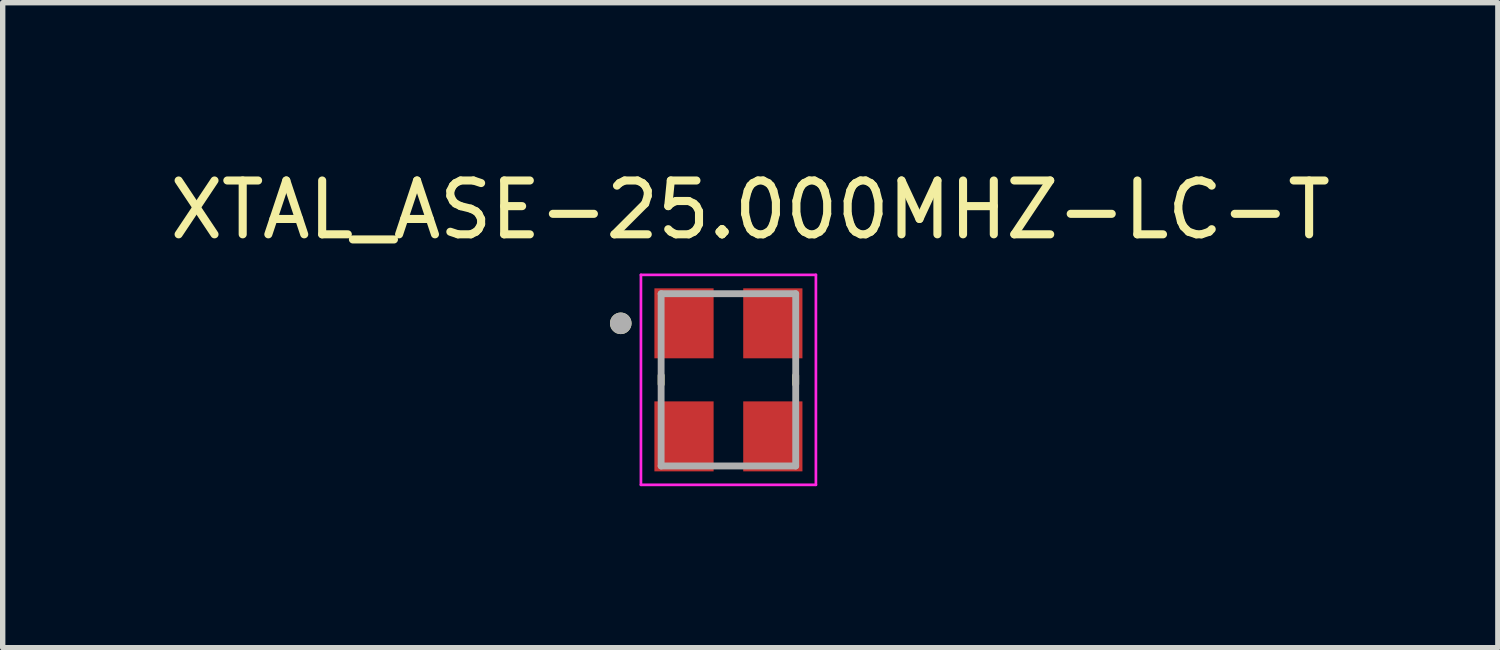
<source format=kicad_pcb>
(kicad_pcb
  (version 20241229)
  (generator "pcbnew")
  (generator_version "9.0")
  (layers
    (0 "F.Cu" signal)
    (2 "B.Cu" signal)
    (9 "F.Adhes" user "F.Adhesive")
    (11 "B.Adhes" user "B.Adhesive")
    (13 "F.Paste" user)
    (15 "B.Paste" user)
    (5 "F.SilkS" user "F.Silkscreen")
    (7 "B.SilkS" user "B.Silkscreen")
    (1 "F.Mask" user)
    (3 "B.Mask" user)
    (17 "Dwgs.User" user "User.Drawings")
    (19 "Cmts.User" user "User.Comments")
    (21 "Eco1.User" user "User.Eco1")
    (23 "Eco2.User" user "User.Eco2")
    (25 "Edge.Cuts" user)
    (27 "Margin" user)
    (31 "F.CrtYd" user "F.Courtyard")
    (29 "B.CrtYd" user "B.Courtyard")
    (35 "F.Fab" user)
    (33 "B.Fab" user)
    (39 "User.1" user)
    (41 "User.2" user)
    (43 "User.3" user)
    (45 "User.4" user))
  (footprint "XTAL_ASE-25.000MHZ-LC-T"
    (layer "F.Cu")
    (at 10.481 4.006)
    (property "Reference" "XTAL_ASE-25.000MHZ-LC-T" (at 0.406 -3.158 0) (layer "F.SilkS") (effects (font (size 1 1) (thickness 0.15))))
    (attr smd)
    (fp_line (start -1.25 -0.08) (end -1.25 0.08) (stroke (width 0.127) (type solid)) (layer "F.SilkS"))
    (fp_line (start 1.25 0.08) (end 1.25 -0.08) (stroke (width 0.127) (type solid)) (layer "F.SilkS"))
    (fp_circle (center -2 -1.05) (end -1.9 -1.05) (stroke (width 0.2) (type solid)) (fill no) (layer "F.SilkS"))
    (fp_line (start -1.625 -1.95) (end 1.625 -1.95) (stroke (width 0.05) (type solid)) (layer "F.CrtYd"))
    (fp_line (start -1.625 1.95) (end -1.625 -1.95) (stroke (width 0.05) (type solid)) (layer "F.CrtYd"))
    (fp_line (start 1.625 -1.95) (end 1.625 1.95) (stroke (width 0.05) (type solid)) (layer "F.CrtYd"))
    (fp_line (start 1.625 1.95) (end -1.625 1.95) (stroke (width 0.05) (type solid)) (layer "F.CrtYd"))
    (fp_line (start -1.25 -1.6) (end 1.25 -1.6) (stroke (width 0.127) (type solid)) (layer "F.Fab"))
    (fp_line (start -1.25 1.6) (end -1.25 -1.6) (stroke (width 0.127) (type solid)) (layer "F.Fab"))
    (fp_line (start 1.25 -1.6) (end 1.25 1.6) (stroke (width 0.127) (type solid)) (layer "F.Fab"))
    (fp_line (start 1.25 1.6) (end -1.25 1.6) (stroke (width 0.127) (type solid)) (layer "F.Fab"))
    (fp_circle (center -2 -1.05) (end -1.9 -1.05) (stroke (width 0.2) (type solid)) (fill no) (layer "F.Fab"))
    (pad "1" smd rect (at -0.825 -1.05) (size 1.1 1.3) (layers "F.Cu" "F.Mask" "F.Paste"))
    (pad "2" smd rect (at -0.825 1.05) (size 1.1 1.3) (layers "F.Cu" "F.Mask" "F.Paste"))
    (pad "3" smd rect (at 0.825 1.05) (size 1.1 1.3) (layers "F.Cu" "F.Mask" "F.Paste"))
    (pad "4" smd rect (at 0.825 -1.05) (size 1.1 1.3) (layers "F.Cu" "F.Mask" "F.Paste")))
  (gr_rect
    (start -3 -3)
    (end 24.774 8.981)
    (stroke (width 0.1) (type default))
    (fill no)
    (layer "Edge.Cuts")))
</source>
